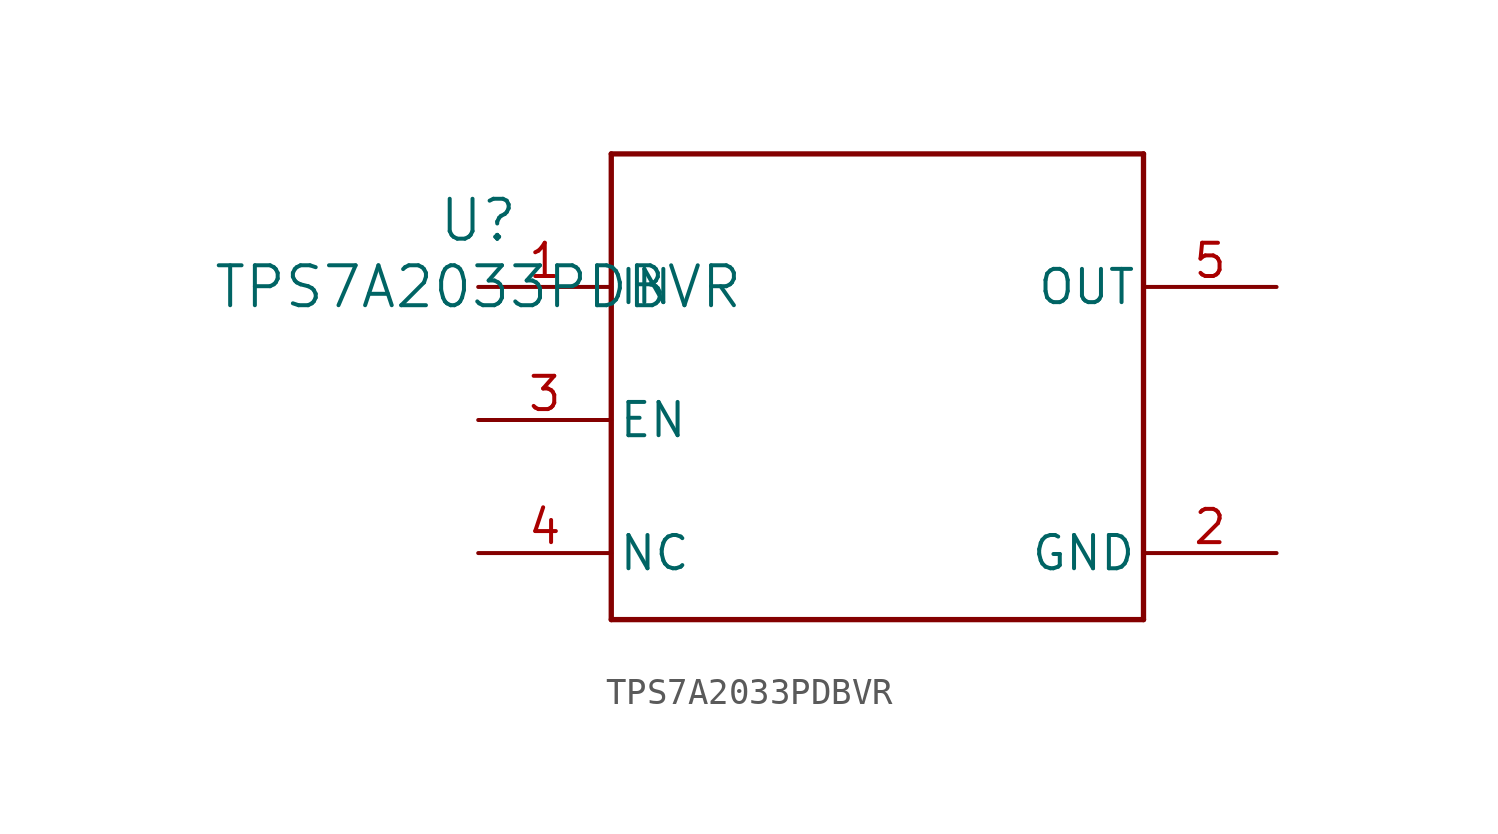
<source format=kicad_sym>
(kicad_symbol_lib
  (version 20211014)
  (generator kicad_symbol_editor)
  (symbol "TPS7A2033PDBVR"
    (pin_names
      (offset 0.254))
    (property "Reference" "U"
      (at 0 2.54 0)
      (effects (font (size 1.524 1.524))))
    (property "Value" "TPS7A2033PDBVR"
      (at 0 0 0)
      (effects (font (size 1.524 1.524))))
    (symbol "TPS7A2033PDBVR_0_1"
      (polyline (pts (xy 5.08 -12.7) (xy 25.4 -12.7)) (stroke (width 0.203) (type default) (color 0 0 0 0)) (fill (type none)))
      (polyline (pts (xy 25.4 -12.7) (xy 25.4 5.08)) (stroke (width 0.203) (type default) (color 0 0 0 0)) (fill (type none)))
      (polyline (pts (xy 25.4 5.08) (xy 5.08 5.08)) (stroke (width 0.203) (type default) (color 0 0 0 0)) (fill (type none)))
      (polyline (pts (xy 5.08 5.08) (xy 5.08 -12.7)) (stroke (width 0.203) (type default) (color 0 0 0 0)) (fill (type none)))
      (pin power_in line (at 0 0 0) (length 5.08) (name "IN" (effects (font (size 1.27 1.27)))) (number "1" (effects (font (size 1.27 1.27)))))
      (pin power_in line (at 30.48 -10.16 180) (length 5.08) (name "GND" (effects (font (size 1.27 1.27)))) (number "2" (effects (font (size 1.27 1.27)))))
      (pin input line (at 0 -5.08 0) (length 5.08) (name "EN" (effects (font (size 1.27 1.27)))) (number "3" (effects (font (size 1.27 1.27)))))
      (pin unspecified line (at 0 -10.16 0) (length 5.08) (name "NC" (effects (font (size 1.27 1.27)))) (number "4" (effects (font (size 1.27 1.27)))))
      (pin unspecified line (at 30.48 0 180) (length 5.08) (name "OUT" (effects (font (size 1.27 1.27)))) (number "5" (effects (font (size 1.27 1.27))))))))
</source>
